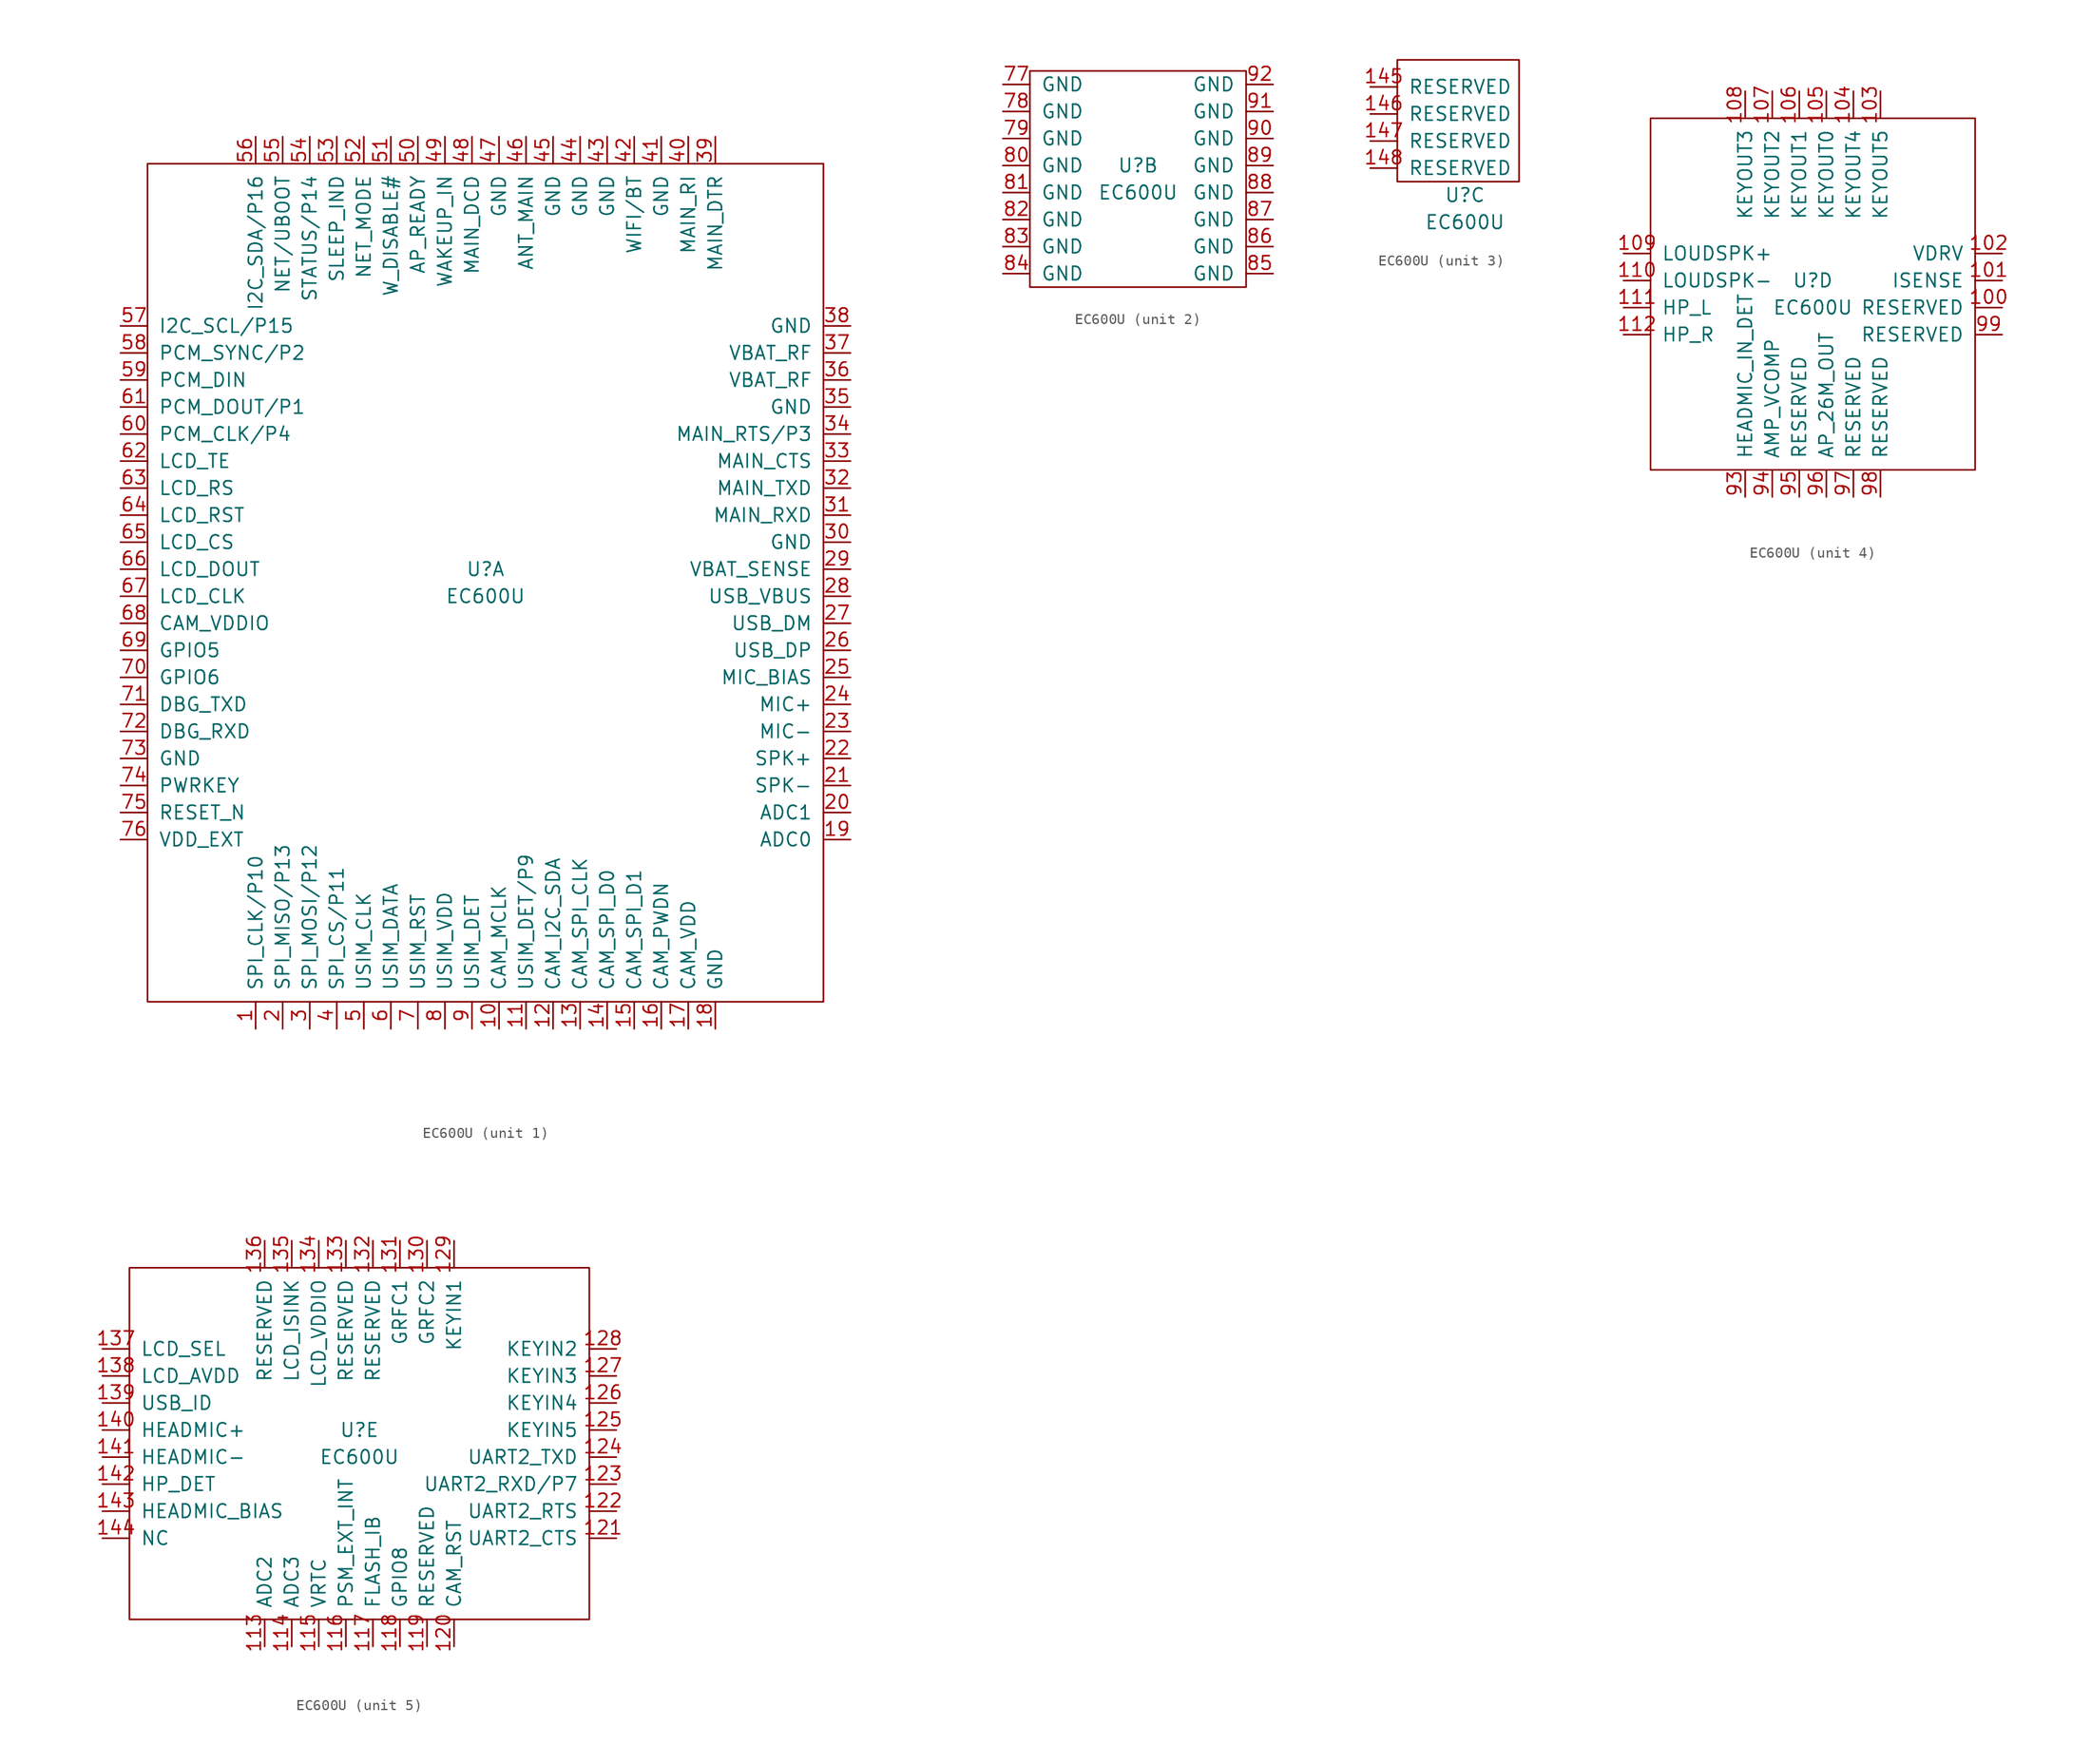
<source format=kicad_sym>
(kicad_symbol_lib
  (version 20211014)
  (generator kicad_symbol_editor)
  (symbol "EC600U"
    (pin_names
      (offset 1.016))
    (property "Reference" "U"
      (at 0 1.27 0)
      (effects (font (size 1.27 1.27))))
    (property "Value" "EC600U"
      (at 0 -1.27 0)
      (effects (font (size 1.27 1.27))))
    (property "ki_locked" ""
      (at 0 0 0)
      (effects (font (size 1.27 1.27))))
    (symbol "EC600U_1_1"
      (rectangle (start -31.75 39.37) (end 31.75 -39.37) (stroke (width 0) (type default) (color 0 0 0 0)) (fill (type none)))
      (pin bidirectional line (at -21.59 -41.91 90) (length 2.54) (name "SPI_CLK/P10" (effects (font (size 1.27 1.27)))) (number "1" (effects (font (size 1.27 1.27)))))
      (pin bidirectional line (at 1.27 -41.91 90) (length 2.54) (name "CAM_MCLK" (effects (font (size 1.27 1.27)))) (number "10" (effects (font (size 1.27 1.27)))))
      (pin bidirectional line (at 3.81 -41.91 90) (length 2.54) (name "USIM_DET/P9" (effects (font (size 1.27 1.27)))) (number "11" (effects (font (size 1.27 1.27)))))
      (pin bidirectional line (at 6.35 -41.91 90) (length 2.54) (name "CAM_I2C_SDA" (effects (font (size 1.27 1.27)))) (number "12" (effects (font (size 1.27 1.27)))))
      (pin bidirectional line (at 8.89 -41.91 90) (length 2.54) (name "CAM_SPI_CLK" (effects (font (size 1.27 1.27)))) (number "13" (effects (font (size 1.27 1.27)))))
      (pin bidirectional line (at 11.43 -41.91 90) (length 2.54) (name "CAM_SPI_D0" (effects (font (size 1.27 1.27)))) (number "14" (effects (font (size 1.27 1.27)))))
      (pin bidirectional line (at 13.97 -41.91 90) (length 2.54) (name "CAM_SPI_D1" (effects (font (size 1.27 1.27)))) (number "15" (effects (font (size 1.27 1.27)))))
      (pin bidirectional line (at 16.51 -41.91 90) (length 2.54) (name "CAM_PWDN" (effects (font (size 1.27 1.27)))) (number "16" (effects (font (size 1.27 1.27)))))
      (pin bidirectional line (at 19.05 -41.91 90) (length 2.54) (name "CAM_VDD" (effects (font (size 1.27 1.27)))) (number "17" (effects (font (size 1.27 1.27)))))
      (pin power_in line (at 21.59 -41.91 90) (length 2.54) (name "GND" (effects (font (size 1.27 1.27)))) (number "18" (effects (font (size 1.27 1.27)))))
      (pin input line (at 34.29 -24.13 180) (length 2.54) (name "ADC0" (effects (font (size 1.27 1.27)))) (number "19" (effects (font (size 1.27 1.27)))))
      (pin bidirectional line (at -19.05 -41.91 90) (length 2.54) (name "SPI_MISO/P13" (effects (font (size 1.27 1.27)))) (number "2" (effects (font (size 1.27 1.27)))))
      (pin input line (at 34.29 -21.59 180) (length 2.54) (name "ADC1" (effects (font (size 1.27 1.27)))) (number "20" (effects (font (size 1.27 1.27)))))
      (pin bidirectional line (at 34.29 -19.05 180) (length 2.54) (name "SPK-" (effects (font (size 1.27 1.27)))) (number "21" (effects (font (size 1.27 1.27)))))
      (pin bidirectional line (at 34.29 -16.51 180) (length 2.54) (name "SPK+" (effects (font (size 1.27 1.27)))) (number "22" (effects (font (size 1.27 1.27)))))
      (pin bidirectional line (at 34.29 -13.97 180) (length 2.54) (name "MIC-" (effects (font (size 1.27 1.27)))) (number "23" (effects (font (size 1.27 1.27)))))
      (pin bidirectional line (at 34.29 -11.43 180) (length 2.54) (name "MIC+" (effects (font (size 1.27 1.27)))) (number "24" (effects (font (size 1.27 1.27)))))
      (pin bidirectional line (at 34.29 -8.89 180) (length 2.54) (name "MIC_BIAS" (effects (font (size 1.27 1.27)))) (number "25" (effects (font (size 1.27 1.27)))))
      (pin bidirectional line (at 34.29 -6.35 180) (length 2.54) (name "USB_DP" (effects (font (size 1.27 1.27)))) (number "26" (effects (font (size 1.27 1.27)))))
      (pin bidirectional line (at 34.29 -3.81 180) (length 2.54) (name "USB_DM" (effects (font (size 1.27 1.27)))) (number "27" (effects (font (size 1.27 1.27)))))
      (pin bidirectional line (at 34.29 -1.27 180) (length 2.54) (name "USB_VBUS" (effects (font (size 1.27 1.27)))) (number "28" (effects (font (size 1.27 1.27)))))
      (pin input line (at 34.29 1.27 180) (length 2.54) (name "VBAT_SENSE" (effects (font (size 1.27 1.27)))) (number "29" (effects (font (size 1.27 1.27)))))
      (pin bidirectional line (at -16.51 -41.91 90) (length 2.54) (name "SPI_MOSI/P12" (effects (font (size 1.27 1.27)))) (number "3" (effects (font (size 1.27 1.27)))))
      (pin power_in line (at 34.29 3.81 180) (length 2.54) (name "GND" (effects (font (size 1.27 1.27)))) (number "30" (effects (font (size 1.27 1.27)))))
      (pin bidirectional line (at 34.29 6.35 180) (length 2.54) (name "MAIN_RXD" (effects (font (size 1.27 1.27)))) (number "31" (effects (font (size 1.27 1.27)))))
      (pin bidirectional line (at 34.29 8.89 180) (length 2.54) (name "MAIN_TXD" (effects (font (size 1.27 1.27)))) (number "32" (effects (font (size 1.27 1.27)))))
      (pin bidirectional line (at 34.29 11.43 180) (length 2.54) (name "MAIN_CTS" (effects (font (size 1.27 1.27)))) (number "33" (effects (font (size 1.27 1.27)))))
      (pin bidirectional line (at 34.29 13.97 180) (length 2.54) (name "MAIN_RTS/P3" (effects (font (size 1.27 1.27)))) (number "34" (effects (font (size 1.27 1.27)))))
      (pin power_in line (at 34.29 16.51 180) (length 2.54) (name "GND" (effects (font (size 1.27 1.27)))) (number "35" (effects (font (size 1.27 1.27)))))
      (pin power_in line (at 34.29 19.05 180) (length 2.54) (name "VBAT_RF" (effects (font (size 1.27 1.27)))) (number "36" (effects (font (size 1.27 1.27)))))
      (pin power_in line (at 34.29 21.59 180) (length 2.54) (name "VBAT_RF" (effects (font (size 1.27 1.27)))) (number "37" (effects (font (size 1.27 1.27)))))
      (pin power_in line (at 34.29 24.13 180) (length 2.54) (name "GND" (effects (font (size 1.27 1.27)))) (number "38" (effects (font (size 1.27 1.27)))))
      (pin bidirectional line (at 21.59 41.91 270) (length 2.54) (name "MAIN_DTR" (effects (font (size 1.27 1.27)))) (number "39" (effects (font (size 1.27 1.27)))))
      (pin bidirectional line (at -13.97 -41.91 90) (length 2.54) (name "SPI_CS/P11" (effects (font (size 1.27 1.27)))) (number "4" (effects (font (size 1.27 1.27)))))
      (pin bidirectional line (at 19.05 41.91 270) (length 2.54) (name "MAIN_RI" (effects (font (size 1.27 1.27)))) (number "40" (effects (font (size 1.27 1.27)))))
      (pin bidirectional line (at 16.51 41.91 270) (length 2.54) (name "GND" (effects (font (size 1.27 1.27)))) (number "41" (effects (font (size 1.27 1.27)))))
      (pin bidirectional line (at 13.97 41.91 270) (length 2.54) (name "WIFI/BT" (effects (font (size 1.27 1.27)))) (number "42" (effects (font (size 1.27 1.27)))))
      (pin power_in line (at 11.43 41.91 270) (length 2.54) (name "GND" (effects (font (size 1.27 1.27)))) (number "43" (effects (font (size 1.27 1.27)))))
      (pin power_in line (at 8.89 41.91 270) (length 2.54) (name "GND" (effects (font (size 1.27 1.27)))) (number "44" (effects (font (size 1.27 1.27)))))
      (pin power_in line (at 6.35 41.91 270) (length 2.54) (name "GND" (effects (font (size 1.27 1.27)))) (number "45" (effects (font (size 1.27 1.27)))))
      (pin bidirectional line (at 3.81 41.91 270) (length 2.54) (name "ANT_MAIN" (effects (font (size 1.27 1.27)))) (number "46" (effects (font (size 1.27 1.27)))))
      (pin power_in line (at 1.27 41.91 270) (length 2.54) (name "GND" (effects (font (size 1.27 1.27)))) (number "47" (effects (font (size 1.27 1.27)))))
      (pin bidirectional line (at -1.27 41.91 270) (length 2.54) (name "MAIN_DCD" (effects (font (size 1.27 1.27)))) (number "48" (effects (font (size 1.27 1.27)))))
      (pin bidirectional line (at -3.81 41.91 270) (length 2.54) (name "WAKEUP_IN" (effects (font (size 1.27 1.27)))) (number "49" (effects (font (size 1.27 1.27)))))
      (pin bidirectional line (at -11.43 -41.91 90) (length 2.54) (name "USIM_CLK" (effects (font (size 1.27 1.27)))) (number "5" (effects (font (size 1.27 1.27)))))
      (pin bidirectional line (at -6.35 41.91 270) (length 2.54) (name "AP_READY" (effects (font (size 1.27 1.27)))) (number "50" (effects (font (size 1.27 1.27)))))
      (pin bidirectional line (at -8.89 41.91 270) (length 2.54) (name "W_DISABLE#" (effects (font (size 1.27 1.27)))) (number "51" (effects (font (size 1.27 1.27)))))
      (pin bidirectional line (at -11.43 41.91 270) (length 2.54) (name "NET_MODE" (effects (font (size 1.27 1.27)))) (number "52" (effects (font (size 1.27 1.27)))))
      (pin bidirectional line (at -13.97 41.91 270) (length 2.54) (name "SLEEP_IND" (effects (font (size 1.27 1.27)))) (number "53" (effects (font (size 1.27 1.27)))))
      (pin bidirectional line (at -16.51 41.91 270) (length 2.54) (name "STATUS/P14" (effects (font (size 1.27 1.27)))) (number "54" (effects (font (size 1.27 1.27)))))
      (pin bidirectional line (at -19.05 41.91 270) (length 2.54) (name "NET/UBOOT" (effects (font (size 1.27 1.27)))) (number "55" (effects (font (size 1.27 1.27)))))
      (pin bidirectional line (at -21.59 41.91 270) (length 2.54) (name "I2C_SDA/P16" (effects (font (size 1.27 1.27)))) (number "56" (effects (font (size 1.27 1.27)))))
      (pin bidirectional line (at -34.29 24.13 0) (length 2.54) (name "I2C_SCL/P15" (effects (font (size 1.27 1.27)))) (number "57" (effects (font (size 1.27 1.27)))))
      (pin bidirectional line (at -34.29 21.59 0) (length 2.54) (name "PCM_SYNC/P2" (effects (font (size 1.27 1.27)))) (number "58" (effects (font (size 1.27 1.27)))))
      (pin bidirectional line (at -34.29 19.05 0) (length 2.54) (name "PCM_DIN" (effects (font (size 1.27 1.27)))) (number "59" (effects (font (size 1.27 1.27)))))
      (pin bidirectional line (at -8.89 -41.91 90) (length 2.54) (name "USIM_DATA" (effects (font (size 1.27 1.27)))) (number "6" (effects (font (size 1.27 1.27)))))
      (pin bidirectional line (at -34.29 13.97 0) (length 2.54) (name "PCM_CLK/P4" (effects (font (size 1.27 1.27)))) (number "60" (effects (font (size 1.27 1.27)))))
      (pin bidirectional line (at -34.29 16.51 0) (length 2.54) (name "PCM_DOUT/P1" (effects (font (size 1.27 1.27)))) (number "61" (effects (font (size 1.27 1.27)))))
      (pin bidirectional line (at -34.29 11.43 0) (length 2.54) (name "LCD_TE" (effects (font (size 1.27 1.27)))) (number "62" (effects (font (size 1.27 1.27)))))
      (pin bidirectional line (at -34.29 8.89 0) (length 2.54) (name "LCD_RS" (effects (font (size 1.27 1.27)))) (number "63" (effects (font (size 1.27 1.27)))))
      (pin bidirectional line (at -34.29 6.35 0) (length 2.54) (name "LCD_RST" (effects (font (size 1.27 1.27)))) (number "64" (effects (font (size 1.27 1.27)))))
      (pin bidirectional line (at -34.29 3.81 0) (length 2.54) (name "LCD_CS" (effects (font (size 1.27 1.27)))) (number "65" (effects (font (size 1.27 1.27)))))
      (pin bidirectional line (at -34.29 1.27 0) (length 2.54) (name "LCD_DOUT" (effects (font (size 1.27 1.27)))) (number "66" (effects (font (size 1.27 1.27)))))
      (pin bidirectional line (at -34.29 -1.27 0) (length 2.54) (name "LCD_CLK" (effects (font (size 1.27 1.27)))) (number "67" (effects (font (size 1.27 1.27)))))
      (pin bidirectional line (at -34.29 -3.81 0) (length 2.54) (name "CAM_VDDIO" (effects (font (size 1.27 1.27)))) (number "68" (effects (font (size 1.27 1.27)))))
      (pin bidirectional line (at -34.29 -6.35 0) (length 2.54) (name "GPIO5" (effects (font (size 1.27 1.27)))) (number "69" (effects (font (size 1.27 1.27)))))
      (pin bidirectional line (at -6.35 -41.91 90) (length 2.54) (name "USIM_RST" (effects (font (size 1.27 1.27)))) (number "7" (effects (font (size 1.27 1.27)))))
      (pin bidirectional line (at -34.29 -8.89 0) (length 2.54) (name "GPIO6" (effects (font (size 1.27 1.27)))) (number "70" (effects (font (size 1.27 1.27)))))
      (pin bidirectional line (at -34.29 -11.43 0) (length 2.54) (name "DBG_TXD" (effects (font (size 1.27 1.27)))) (number "71" (effects (font (size 1.27 1.27)))))
      (pin bidirectional line (at -34.29 -13.97 0) (length 2.54) (name "DBG_RXD" (effects (font (size 1.27 1.27)))) (number "72" (effects (font (size 1.27 1.27)))))
      (pin power_in line (at -34.29 -16.51 0) (length 2.54) (name "GND" (effects (font (size 1.27 1.27)))) (number "73" (effects (font (size 1.27 1.27)))))
      (pin bidirectional line (at -34.29 -19.05 0) (length 2.54) (name "PWRKEY" (effects (font (size 1.27 1.27)))) (number "74" (effects (font (size 1.27 1.27)))))
      (pin bidirectional line (at -34.29 -21.59 0) (length 2.54) (name "RESET_N" (effects (font (size 1.27 1.27)))) (number "75" (effects (font (size 1.27 1.27)))))
      (pin power_out line (at -34.29 -24.13 0) (length 2.54) (name "VDD_EXT" (effects (font (size 1.27 1.27)))) (number "76" (effects (font (size 1.27 1.27)))))
      (pin power_out line (at -3.81 -41.91 90) (length 2.54) (name "USIM_VDD" (effects (font (size 1.27 1.27)))) (number "8" (effects (font (size 1.27 1.27)))))
      (pin bidirectional line (at -1.27 -41.91 90) (length 2.54) (name "USIM_DET" (effects (font (size 1.27 1.27)))) (number "9" (effects (font (size 1.27 1.27))))))
    (symbol "EC600U_2_1"
      (rectangle (start -10.16 10.16) (end 10.16 -10.16) (stroke (width 0) (type default) (color 0 0 0 0)) (fill (type none)))
      (pin power_in line (at -12.7 8.89 0) (length 2.54) (name "GND" (effects (font (size 1.27 1.27)))) (number "77" (effects (font (size 1.27 1.27)))))
      (pin power_in line (at -12.7 6.35 0) (length 2.54) (name "GND" (effects (font (size 1.27 1.27)))) (number "78" (effects (font (size 1.27 1.27)))))
      (pin power_in line (at -12.7 3.81 0) (length 2.54) (name "GND" (effects (font (size 1.27 1.27)))) (number "79" (effects (font (size 1.27 1.27)))))
      (pin power_in line (at -12.7 1.27 0) (length 2.54) (name "GND" (effects (font (size 1.27 1.27)))) (number "80" (effects (font (size 1.27 1.27)))))
      (pin power_in line (at -12.7 -1.27 0) (length 2.54) (name "GND" (effects (font (size 1.27 1.27)))) (number "81" (effects (font (size 1.27 1.27)))))
      (pin power_in line (at -12.7 -3.81 0) (length 2.54) (name "GND" (effects (font (size 1.27 1.27)))) (number "82" (effects (font (size 1.27 1.27)))))
      (pin power_in line (at -12.7 -6.35 0) (length 2.54) (name "GND" (effects (font (size 1.27 1.27)))) (number "83" (effects (font (size 1.27 1.27)))))
      (pin power_in line (at -12.7 -8.89 0) (length 2.54) (name "GND" (effects (font (size 1.27 1.27)))) (number "84" (effects (font (size 1.27 1.27)))))
      (pin power_in line (at 12.7 -8.89 180) (length 2.54) (name "GND" (effects (font (size 1.27 1.27)))) (number "85" (effects (font (size 1.27 1.27)))))
      (pin power_in line (at 12.7 -6.35 180) (length 2.54) (name "GND" (effects (font (size 1.27 1.27)))) (number "86" (effects (font (size 1.27 1.27)))))
      (pin power_in line (at 12.7 -3.81 180) (length 2.54) (name "GND" (effects (font (size 1.27 1.27)))) (number "87" (effects (font (size 1.27 1.27)))))
      (pin power_in line (at 12.7 -1.27 180) (length 2.54) (name "GND" (effects (font (size 1.27 1.27)))) (number "88" (effects (font (size 1.27 1.27)))))
      (pin power_in line (at 12.7 1.27 180) (length 2.54) (name "GND" (effects (font (size 1.27 1.27)))) (number "89" (effects (font (size 1.27 1.27)))))
      (pin power_in line (at 12.7 3.81 180) (length 2.54) (name "GND" (effects (font (size 1.27 1.27)))) (number "90" (effects (font (size 1.27 1.27)))))
      (pin power_in line (at 12.7 6.35 180) (length 2.54) (name "GND" (effects (font (size 1.27 1.27)))) (number "91" (effects (font (size 1.27 1.27)))))
      (pin power_in line (at 12.7 8.89 180) (length 2.54) (name "GND" (effects (font (size 1.27 1.27)))) (number "92" (effects (font (size 1.27 1.27))))))
    (symbol "EC600U_3_1"
      (rectangle (start -6.35 13.97) (end 5.08 2.54) (stroke (width 0) (type default) (color 0 0 0 0)) (fill (type none)))
      (pin bidirectional line (at -8.89 11.43 0) (length 2.54) (name "RESERVED" (effects (font (size 1.27 1.27)))) (number "145" (effects (font (size 1.27 1.27)))))
      (pin bidirectional line (at -8.89 8.89 0) (length 2.54) (name "RESERVED" (effects (font (size 1.27 1.27)))) (number "146" (effects (font (size 1.27 1.27)))))
      (pin bidirectional line (at -8.89 6.35 0) (length 2.54) (name "RESERVED" (effects (font (size 1.27 1.27)))) (number "147" (effects (font (size 1.27 1.27)))))
      (pin bidirectional line (at -8.89 3.81 0) (length 2.54) (name "RESERVED" (effects (font (size 1.27 1.27)))) (number "148" (effects (font (size 1.27 1.27))))))
    (symbol "EC600U_4_1"
      (rectangle (start -15.24 16.51) (end 15.24 -16.51) (stroke (width 0) (type default) (color 0 0 0 0)) (fill (type none)))
      (pin bidirectional line (at 17.78 -1.27 180) (length 2.54) (name "RESERVED" (effects (font (size 1.27 1.27)))) (number "100" (effects (font (size 1.27 1.27)))))
      (pin bidirectional line (at 17.78 1.27 180) (length 2.54) (name "ISENSE" (effects (font (size 1.27 1.27)))) (number "101" (effects (font (size 1.27 1.27)))))
      (pin bidirectional line (at 17.78 3.81 180) (length 2.54) (name "VDRV" (effects (font (size 1.27 1.27)))) (number "102" (effects (font (size 1.27 1.27)))))
      (pin bidirectional line (at 6.35 19.05 270) (length 2.54) (name "KEYOUT5" (effects (font (size 1.27 1.27)))) (number "103" (effects (font (size 1.27 1.27)))))
      (pin bidirectional line (at 3.81 19.05 270) (length 2.54) (name "KEYOUT4" (effects (font (size 1.27 1.27)))) (number "104" (effects (font (size 1.27 1.27)))))
      (pin bidirectional line (at 1.27 19.05 270) (length 2.54) (name "KEYOUT0" (effects (font (size 1.27 1.27)))) (number "105" (effects (font (size 1.27 1.27)))))
      (pin bidirectional line (at -1.27 19.05 270) (length 2.54) (name "KEYOUT1" (effects (font (size 1.27 1.27)))) (number "106" (effects (font (size 1.27 1.27)))))
      (pin bidirectional line (at -3.81 19.05 270) (length 2.54) (name "KEYOUT2" (effects (font (size 1.27 1.27)))) (number "107" (effects (font (size 1.27 1.27)))))
      (pin bidirectional line (at -6.35 19.05 270) (length 2.54) (name "KEYOUT3" (effects (font (size 1.27 1.27)))) (number "108" (effects (font (size 1.27 1.27)))))
      (pin bidirectional line (at -17.78 3.81 0) (length 2.54) (name "LOUDSPK+" (effects (font (size 1.27 1.27)))) (number "109" (effects (font (size 1.27 1.27)))))
      (pin bidirectional line (at -17.78 1.27 0) (length 2.54) (name "LOUDSPK-" (effects (font (size 1.27 1.27)))) (number "110" (effects (font (size 1.27 1.27)))))
      (pin bidirectional line (at -17.78 -1.27 0) (length 2.54) (name "HP_L" (effects (font (size 1.27 1.27)))) (number "111" (effects (font (size 1.27 1.27)))))
      (pin bidirectional line (at -17.78 -3.81 0) (length 2.54) (name "HP_R" (effects (font (size 1.27 1.27)))) (number "112" (effects (font (size 1.27 1.27)))))
      (pin bidirectional line (at -6.35 -19.05 90) (length 2.54) (name "HEADMIC_IN_DET" (effects (font (size 1.27 1.27)))) (number "93" (effects (font (size 1.27 1.27)))))
      (pin bidirectional line (at -3.81 -19.05 90) (length 2.54) (name "AMP_VCOMP" (effects (font (size 1.27 1.27)))) (number "94" (effects (font (size 1.27 1.27)))))
      (pin bidirectional line (at -1.27 -19.05 90) (length 2.54) (name "RESERVED" (effects (font (size 1.27 1.27)))) (number "95" (effects (font (size 1.27 1.27)))))
      (pin output line (at 1.27 -19.05 90) (length 2.54) (name "AP_26M_OUT" (effects (font (size 1.27 1.27)))) (number "96" (effects (font (size 1.27 1.27)))))
      (pin bidirectional line (at 3.81 -19.05 90) (length 2.54) (name "RESERVED" (effects (font (size 1.27 1.27)))) (number "97" (effects (font (size 1.27 1.27)))))
      (pin bidirectional line (at 6.35 -19.05 90) (length 2.54) (name "RESERVED" (effects (font (size 1.27 1.27)))) (number "98" (effects (font (size 1.27 1.27)))))
      (pin bidirectional line (at 17.78 -3.81 180) (length 2.54) (name "RESERVED" (effects (font (size 1.27 1.27)))) (number "99" (effects (font (size 1.27 1.27))))))
    (symbol "EC600U_5_1"
      (rectangle (start -21.59 16.51) (end 21.59 -16.51) (stroke (width 0) (type default) (color 0 0 0 0)) (fill (type none)))
      (pin bidirectional line (at -8.89 -19.05 90) (length 2.54) (name "ADC2" (effects (font (size 1.27 1.27)))) (number "113" (effects (font (size 1.27 1.27)))))
      (pin bidirectional line (at -6.35 -19.05 90) (length 2.54) (name "ADC3" (effects (font (size 1.27 1.27)))) (number "114" (effects (font (size 1.27 1.27)))))
      (pin power_in line (at -3.81 -19.05 90) (length 2.54) (name "VRTC" (effects (font (size 1.27 1.27)))) (number "115" (effects (font (size 1.27 1.27)))))
      (pin bidirectional line (at -1.27 -19.05 90) (length 2.54) (name "PSM_EXT_INT" (effects (font (size 1.27 1.27)))) (number "116" (effects (font (size 1.27 1.27)))))
      (pin bidirectional line (at 1.27 -19.05 90) (length 2.54) (name "FLASH_IB" (effects (font (size 1.27 1.27)))) (number "117" (effects (font (size 1.27 1.27)))))
      (pin bidirectional line (at 3.81 -19.05 90) (length 2.54) (name "GPIO8" (effects (font (size 1.27 1.27)))) (number "118" (effects (font (size 1.27 1.27)))))
      (pin bidirectional line (at 6.35 -19.05 90) (length 2.54) (name "RESERVED" (effects (font (size 1.27 1.27)))) (number "119" (effects (font (size 1.27 1.27)))))
      (pin bidirectional line (at 8.89 -19.05 90) (length 2.54) (name "CAM_RST" (effects (font (size 1.27 1.27)))) (number "120" (effects (font (size 1.27 1.27)))))
      (pin bidirectional line (at 24.13 -8.89 180) (length 2.54) (name "UART2_CTS" (effects (font (size 1.27 1.27)))) (number "121" (effects (font (size 1.27 1.27)))))
      (pin bidirectional line (at 24.13 -6.35 180) (length 2.54) (name "UART2_RTS" (effects (font (size 1.27 1.27)))) (number "122" (effects (font (size 1.27 1.27)))))
      (pin bidirectional line (at 24.13 -3.81 180) (length 2.54) (name "UART2_RXD/P7" (effects (font (size 1.27 1.27)))) (number "123" (effects (font (size 1.27 1.27)))))
      (pin bidirectional line (at 24.13 -1.27 180) (length 2.54) (name "UART2_TXD" (effects (font (size 1.27 1.27)))) (number "124" (effects (font (size 1.27 1.27)))))
      (pin bidirectional line (at 24.13 1.27 180) (length 2.54) (name "KEYIN5" (effects (font (size 1.27 1.27)))) (number "125" (effects (font (size 1.27 1.27)))))
      (pin bidirectional line (at 24.13 3.81 180) (length 2.54) (name "KEYIN4" (effects (font (size 1.27 1.27)))) (number "126" (effects (font (size 1.27 1.27)))))
      (pin bidirectional line (at 24.13 6.35 180) (length 2.54) (name "KEYIN3" (effects (font (size 1.27 1.27)))) (number "127" (effects (font (size 1.27 1.27)))))
      (pin bidirectional line (at 24.13 8.89 180) (length 2.54) (name "KEYIN2" (effects (font (size 1.27 1.27)))) (number "128" (effects (font (size 1.27 1.27)))))
      (pin bidirectional line (at 8.89 19.05 270) (length 2.54) (name "KEYIN1" (effects (font (size 1.27 1.27)))) (number "129" (effects (font (size 1.27 1.27)))))
      (pin bidirectional line (at 6.35 19.05 270) (length 2.54) (name "GRFC2" (effects (font (size 1.27 1.27)))) (number "130" (effects (font (size 1.27 1.27)))))
      (pin bidirectional line (at 3.81 19.05 270) (length 2.54) (name "GRFC1" (effects (font (size 1.27 1.27)))) (number "131" (effects (font (size 1.27 1.27)))))
      (pin bidirectional line (at 1.27 19.05 270) (length 2.54) (name "RESERVED" (effects (font (size 1.27 1.27)))) (number "132" (effects (font (size 1.27 1.27)))))
      (pin bidirectional line (at -1.27 19.05 270) (length 2.54) (name "RESERVED" (effects (font (size 1.27 1.27)))) (number "133" (effects (font (size 1.27 1.27)))))
      (pin power_out line (at -3.81 19.05 270) (length 2.54) (name "LCD_VDDIO" (effects (font (size 1.27 1.27)))) (number "134" (effects (font (size 1.27 1.27)))))
      (pin bidirectional line (at -6.35 19.05 270) (length 2.54) (name "LCD_ISINK" (effects (font (size 1.27 1.27)))) (number "135" (effects (font (size 1.27 1.27)))))
      (pin bidirectional line (at -8.89 19.05 270) (length 2.54) (name "RESERVED" (effects (font (size 1.27 1.27)))) (number "136" (effects (font (size 1.27 1.27)))))
      (pin bidirectional line (at -24.13 8.89 0) (length 2.54) (name "LCD_SEL" (effects (font (size 1.27 1.27)))) (number "137" (effects (font (size 1.27 1.27)))))
      (pin power_out line (at -24.13 6.35 0) (length 2.54) (name "LCD_AVDD" (effects (font (size 1.27 1.27)))) (number "138" (effects (font (size 1.27 1.27)))))
      (pin bidirectional line (at -24.13 3.81 0) (length 2.54) (name "USB_ID" (effects (font (size 1.27 1.27)))) (number "139" (effects (font (size 1.27 1.27)))))
      (pin bidirectional line (at -24.13 1.27 0) (length 2.54) (name "HEADMIC+" (effects (font (size 1.27 1.27)))) (number "140" (effects (font (size 1.27 1.27)))))
      (pin bidirectional line (at -24.13 -1.27 0) (length 2.54) (name "HEADMIC-" (effects (font (size 1.27 1.27)))) (number "141" (effects (font (size 1.27 1.27)))))
      (pin bidirectional line (at -24.13 -3.81 0) (length 2.54) (name "HP_DET" (effects (font (size 1.27 1.27)))) (number "142" (effects (font (size 1.27 1.27)))))
      (pin bidirectional line (at -24.13 -6.35 0) (length 2.54) (name "HEADMIC_BIAS" (effects (font (size 1.27 1.27)))) (number "143" (effects (font (size 1.27 1.27)))))
      (pin bidirectional line (at -24.13 -8.89 0) (length 2.54) (name "NC" (effects (font (size 1.27 1.27)))) (number "144" (effects (font (size 1.27 1.27))))))))
</source>
